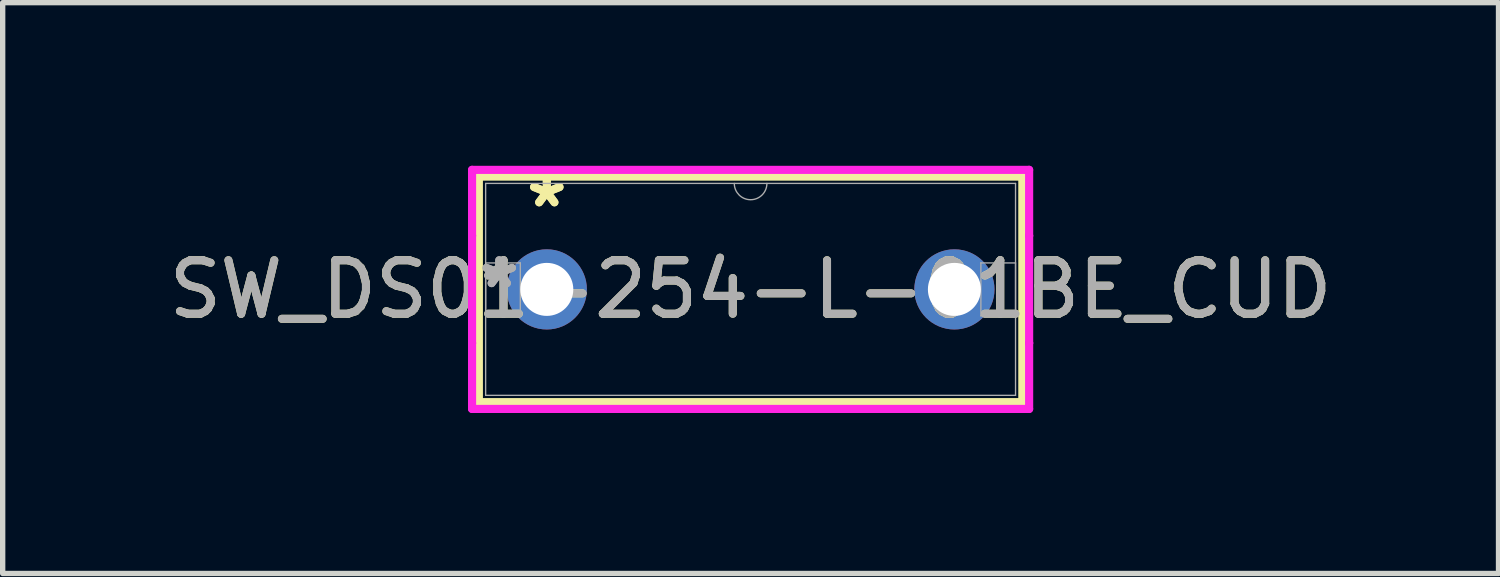
<source format=kicad_pcb>
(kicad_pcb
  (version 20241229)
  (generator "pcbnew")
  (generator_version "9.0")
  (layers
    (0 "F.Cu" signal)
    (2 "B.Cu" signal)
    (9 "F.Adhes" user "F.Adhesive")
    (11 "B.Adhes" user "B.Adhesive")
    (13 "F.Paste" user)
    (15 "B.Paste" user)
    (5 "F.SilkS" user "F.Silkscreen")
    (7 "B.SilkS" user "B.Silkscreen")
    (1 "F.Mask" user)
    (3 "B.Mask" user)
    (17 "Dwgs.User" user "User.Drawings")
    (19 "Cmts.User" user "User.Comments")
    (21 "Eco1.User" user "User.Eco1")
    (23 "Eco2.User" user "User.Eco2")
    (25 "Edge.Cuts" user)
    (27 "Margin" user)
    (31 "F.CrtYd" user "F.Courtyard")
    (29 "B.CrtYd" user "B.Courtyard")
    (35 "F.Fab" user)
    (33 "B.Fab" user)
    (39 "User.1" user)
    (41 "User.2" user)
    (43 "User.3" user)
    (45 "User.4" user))
  (footprint "SW_DS01-254-L-01BE_CUD"
    (layer "F.Cu")
    (at 7.172 2.36)
    (property "Reference" "SW_DS01-254-L-01BE_CUD" (at 3.81 0 0) (unlocked yes) (layer "F.SilkS") (effects (font (size 1 1) (thickness 0.15))))
    (attr through_hole)
    (fp_line (start -1.27 -2.108) (end -1.27 2.108) (stroke (width 0.152) (type solid)) (layer "F.SilkS"))
    (fp_line (start -1.27 2.108) (end 8.89 2.108) (stroke (width 0.152) (type solid)) (layer "F.SilkS"))
    (fp_line (start 8.89 -2.108) (end -1.27 -2.108) (stroke (width 0.152) (type solid)) (layer "F.SilkS"))
    (fp_line (start 8.89 2.108) (end 8.89 -2.108) (stroke (width 0.152) (type solid)) (layer "F.SilkS"))
    (fp_line (start -1.397 -2.235) (end 9.017 -2.235) (stroke (width 0.152) (type solid)) (layer "F.CrtYd"))
    (fp_line (start -1.397 -1.003) (end -1.397 -2.235) (stroke (width 0.152) (type solid)) (layer "F.CrtYd"))
    (fp_line (start -1.397 -1.003) (end -1.397 -1.003) (stroke (width 0.152) (type solid)) (layer "F.CrtYd"))
    (fp_line (start -1.397 1.003) (end -1.397 -1.003) (stroke (width 0.152) (type solid)) (layer "F.CrtYd"))
    (fp_line (start -1.397 1.003) (end -1.397 1.003) (stroke (width 0.152) (type solid)) (layer "F.CrtYd"))
    (fp_line (start -1.397 2.235) (end -1.397 1.003) (stroke (width 0.152) (type solid)) (layer "F.CrtYd"))
    (fp_line (start 9.017 -2.235) (end 9.017 -1.003) (stroke (width 0.152) (type solid)) (layer "F.CrtYd"))
    (fp_line (start 9.017 -1.003) (end 9.017 -1.003) (stroke (width 0.152) (type solid)) (layer "F.CrtYd"))
    (fp_line (start 9.017 -1.003) (end 9.017 1.003) (stroke (width 0.152) (type solid)) (layer "F.CrtYd"))
    (fp_line (start 9.017 1.003) (end 9.017 1.003) (stroke (width 0.152) (type solid)) (layer "F.CrtYd"))
    (fp_line (start 9.017 1.003) (end 9.017 2.235) (stroke (width 0.152) (type solid)) (layer "F.CrtYd"))
    (fp_line (start 9.017 2.235) (end -1.397 2.235) (stroke (width 0.152) (type solid)) (layer "F.CrtYd"))
    (fp_line (start -1.143 -1.981) (end -1.143 1.981) (stroke (width 0.025) (type solid)) (layer "F.Fab"))
    (fp_line (start -1.143 -0.495) (end -0.495 -0.495) (stroke (width 0.025) (type solid)) (layer "F.Fab"))
    (fp_line (start -1.143 0.495) (end -1.143 -0.495) (stroke (width 0.025) (type solid)) (layer "F.Fab"))
    (fp_line (start -1.143 1.981) (end 8.763 1.981) (stroke (width 0.025) (type solid)) (layer "F.Fab"))
    (fp_line (start -0.495 -0.495) (end -0.495 0.495) (stroke (width 0.025) (type solid)) (layer "F.Fab"))
    (fp_line (start -0.495 0.495) (end -1.143 0.495) (stroke (width 0.025) (type solid)) (layer "F.Fab"))
    (fp_line (start 8.115 -0.495) (end 8.763 -0.495) (stroke (width 0.025) (type solid)) (layer "F.Fab"))
    (fp_line (start 8.115 0.495) (end 8.115 -0.495) (stroke (width 0.025) (type solid)) (layer "F.Fab"))
    (fp_line (start 8.763 -1.981) (end -1.143 -1.981) (stroke (width 0.025) (type solid)) (layer "F.Fab"))
    (fp_line (start 8.763 -0.495) (end 8.763 0.495) (stroke (width 0.025) (type solid)) (layer "F.Fab"))
    (fp_line (start 8.763 0.495) (end 8.115 0.495) (stroke (width 0.025) (type solid)) (layer "F.Fab"))
    (fp_line (start 8.763 1.981) (end 8.763 -1.981) (stroke (width 0.025) (type solid)) (layer "F.Fab"))
    (fp_arc (start 4.1148 -1.9812) (mid 3.81 -1.6764) (end 3.5052 -1.9812) (stroke (width 0.0254) (type solid)) (layer "F.Fab"))
    (fp_text user "*" (at 0 -1.511 0) (layer "F.SilkS") (effects (font (size 1 1) (thickness 0.15))))
    (fp_text user "*" (at 0 -1.511 0) (unlocked yes) (layer "F.SilkS") (effects (font (size 1 1) (thickness 0.15))))
    (fp_text user "*" (at -0.889 0 0) (unlocked yes) (layer "F.Fab") (effects (font (size 1 1) (thickness 0.15))))
    (fp_text user "${REFERENCE}" (at 3.81 0 0) (unlocked yes) (layer "F.Fab") (effects (font (size 1 1) (thickness 0.15))))
    (fp_text user "*" (at -0.889 0 0) (layer "F.Fab") (effects (font (size 1 1) (thickness 0.15))))
    (pad "1" thru_hole circle (at 0 0) (size 1.499 1.499) (drill 0.991) (layers "*.Cu" "*.Mask"))
    (pad "2" thru_hole circle (at 7.62 0) (size 1.499 1.499) (drill 0.991) (layers "*.Cu" "*.Mask")))
  (gr_rect
    (start -3 -3)
    (end 24.964 7.671)
    (stroke (width 0.1) (type default))
    (fill no)
    (layer "Edge.Cuts")))
</source>
